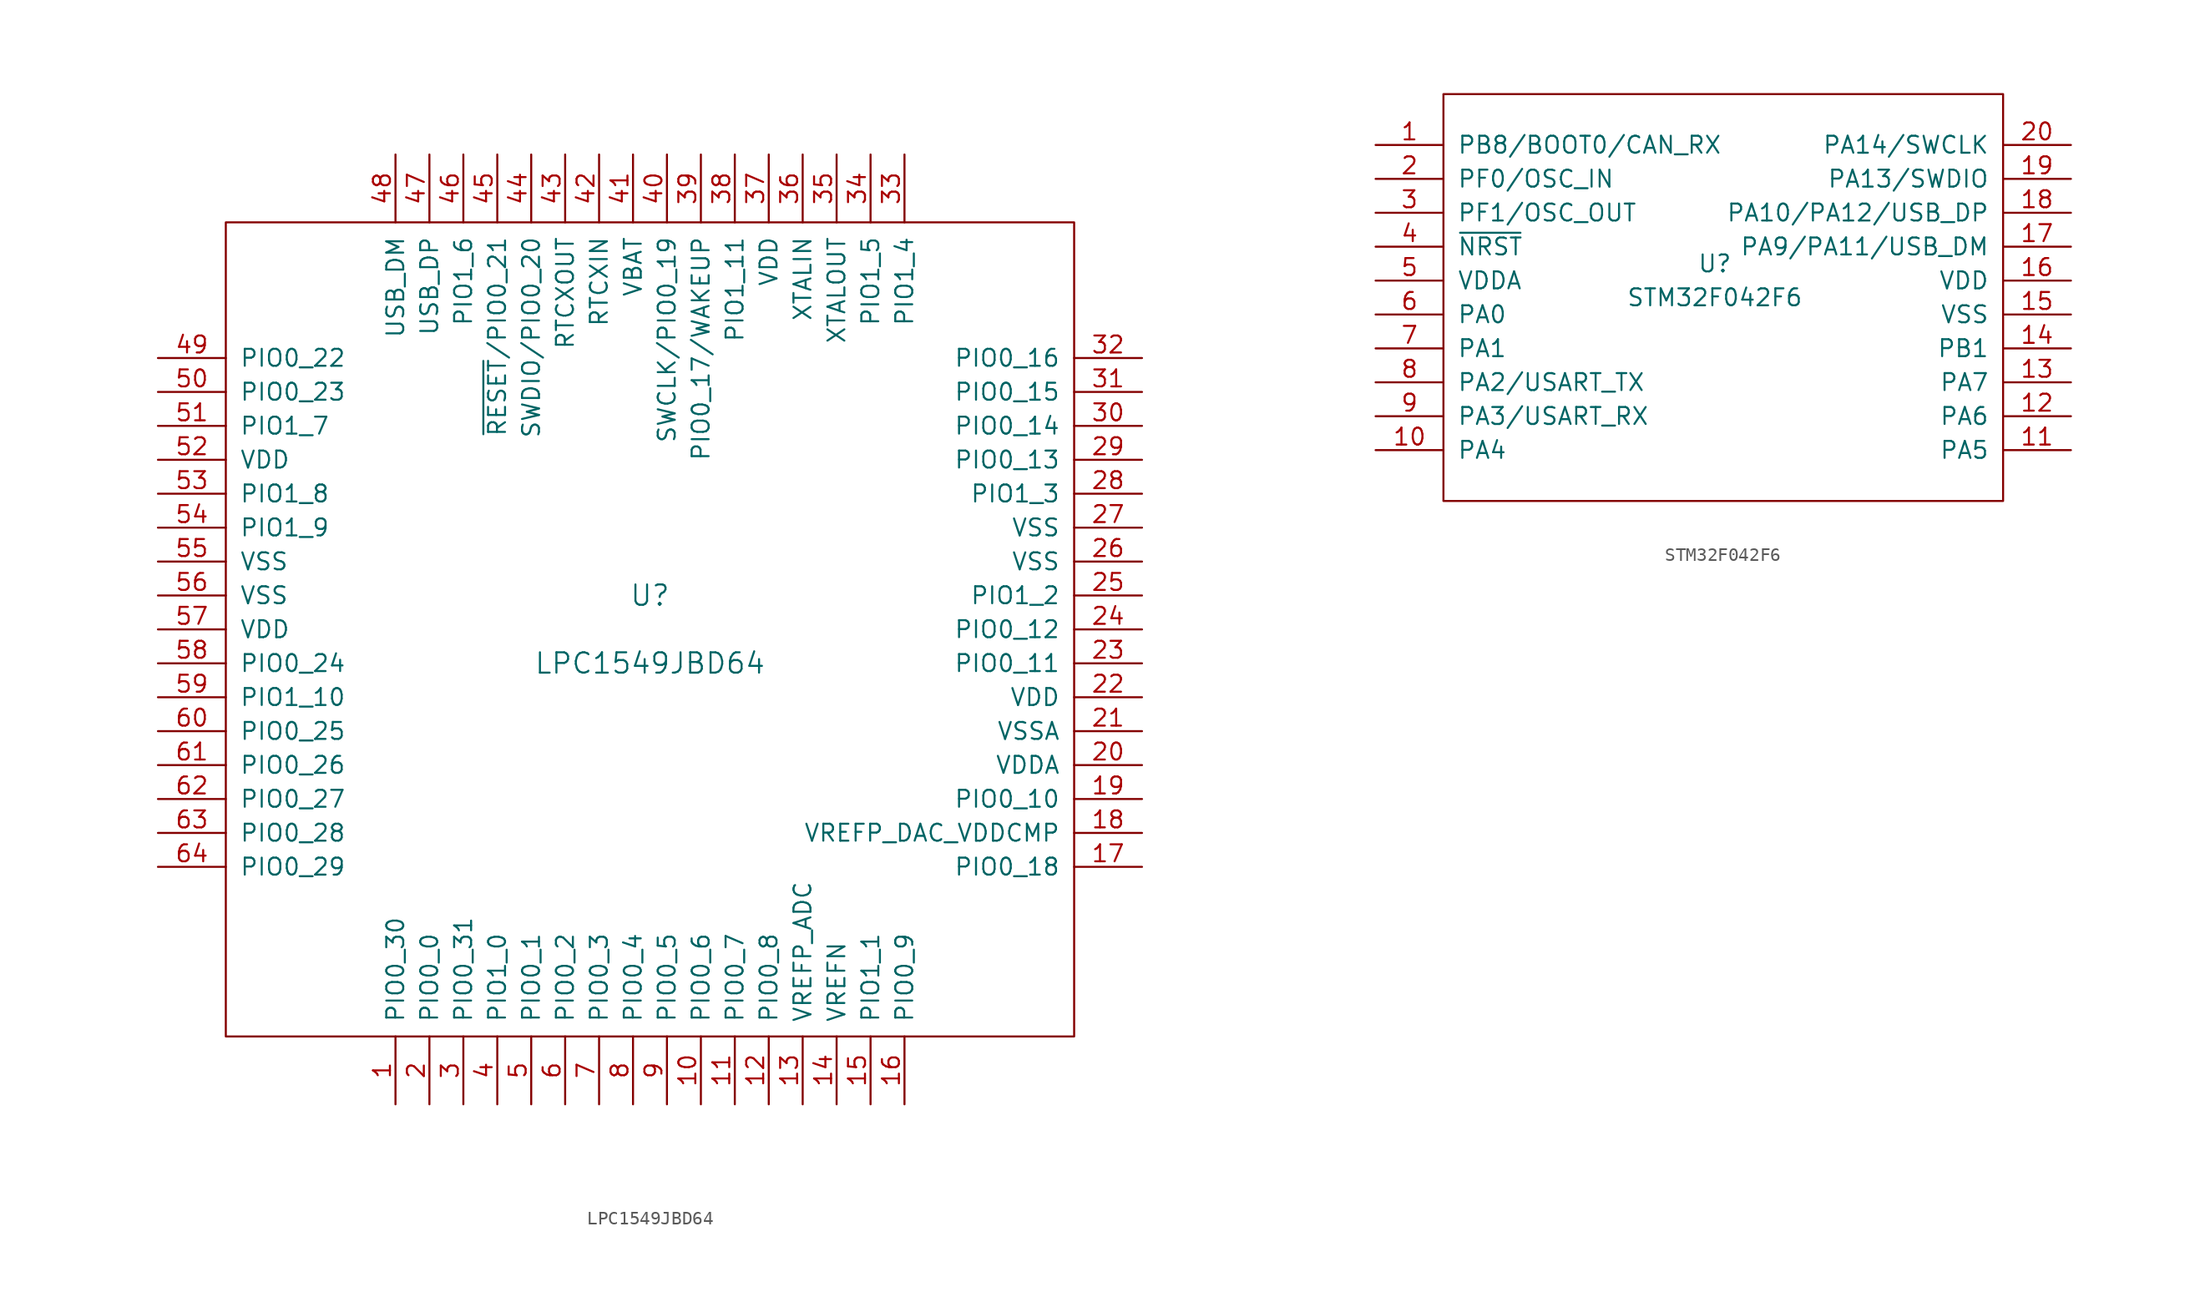
<source format=kicad_sym>
(kicad_symbol_lib
  (version 20211014)
  (generator kicad_symbol_editor)
  (symbol "LPC1549JBD64"
    (pin_names
      (offset 1.016))
    (property "Reference" "U"
      (at 0 0 0)
      (effects (font (size 1.524 1.524))))
    (property "Value" "LPC1549JBD64"
      (at 0 -5.08 0)
      (effects (font (size 1.524 1.524))))
    (symbol "LPC1549JBD64_0_1"
      (rectangle (start -31.75 -33.02) (end 31.75 27.94) (stroke (width 0) (type default) (color 0 0 0 0)) (fill (type none))))
    (symbol "LPC1549JBD64_1_1"
      (pin bidirectional line (at -19.05 -38.1 90) (length 5.08) (name "PIO0_30" (effects (font (size 1.27 1.27)))) (number "1" (effects (font (size 1.27 1.27)))))
      (pin bidirectional line (at 3.81 -38.1 90) (length 5.08) (name "PIO0_6" (effects (font (size 1.27 1.27)))) (number "10" (effects (font (size 1.27 1.27)))))
      (pin bidirectional line (at 6.35 -38.1 90) (length 5.08) (name "PIO0_7" (effects (font (size 1.27 1.27)))) (number "11" (effects (font (size 1.27 1.27)))))
      (pin bidirectional line (at 8.89 -38.1 90) (length 5.08) (name "PIO0_8" (effects (font (size 1.27 1.27)))) (number "12" (effects (font (size 1.27 1.27)))))
      (pin input line (at 11.43 -38.1 90) (length 5.08) (name "VREFP_ADC" (effects (font (size 1.27 1.27)))) (number "13" (effects (font (size 1.27 1.27)))))
      (pin input line (at 13.97 -38.1 90) (length 5.08) (name "VREFN" (effects (font (size 1.27 1.27)))) (number "14" (effects (font (size 1.27 1.27)))))
      (pin bidirectional line (at 16.51 -38.1 90) (length 5.08) (name "PIO1_1" (effects (font (size 1.27 1.27)))) (number "15" (effects (font (size 1.27 1.27)))))
      (pin bidirectional line (at 19.05 -38.1 90) (length 5.08) (name "PIO0_9" (effects (font (size 1.27 1.27)))) (number "16" (effects (font (size 1.27 1.27)))))
      (pin bidirectional line (at 36.83 -20.32 180) (length 5.08) (name "PIO0_18" (effects (font (size 1.27 1.27)))) (number "17" (effects (font (size 1.27 1.27)))))
      (pin input line (at 36.83 -17.78 180) (length 5.08) (name "VREFP_DAC_VDDCMP" (effects (font (size 1.27 1.27)))) (number "18" (effects (font (size 1.27 1.27)))))
      (pin bidirectional line (at 36.83 -15.24 180) (length 5.08) (name "PIO0_10" (effects (font (size 1.27 1.27)))) (number "19" (effects (font (size 1.27 1.27)))))
      (pin bidirectional line (at -16.51 -38.1 90) (length 5.08) (name "PIO0_0" (effects (font (size 1.27 1.27)))) (number "2" (effects (font (size 1.27 1.27)))))
      (pin power_in line (at 36.83 -12.7 180) (length 5.08) (name "VDDA" (effects (font (size 1.27 1.27)))) (number "20" (effects (font (size 1.27 1.27)))))
      (pin power_in line (at 36.83 -10.16 180) (length 5.08) (name "VSSA" (effects (font (size 1.27 1.27)))) (number "21" (effects (font (size 1.27 1.27)))))
      (pin power_in line (at 36.83 -7.62 180) (length 5.08) (name "VDD" (effects (font (size 1.27 1.27)))) (number "22" (effects (font (size 1.27 1.27)))))
      (pin bidirectional line (at 36.83 -5.08 180) (length 5.08) (name "PIO0_11" (effects (font (size 1.27 1.27)))) (number "23" (effects (font (size 1.27 1.27)))))
      (pin bidirectional line (at 36.83 -2.54 180) (length 5.08) (name "PIO0_12" (effects (font (size 1.27 1.27)))) (number "24" (effects (font (size 1.27 1.27)))))
      (pin bidirectional line (at 36.83 0 180) (length 5.08) (name "PIO1_2" (effects (font (size 1.27 1.27)))) (number "25" (effects (font (size 1.27 1.27)))))
      (pin power_in line (at 36.83 2.54 180) (length 5.08) (name "VSS" (effects (font (size 1.27 1.27)))) (number "26" (effects (font (size 1.27 1.27)))))
      (pin power_in line (at 36.83 5.08 180) (length 5.08) (name "VSS" (effects (font (size 1.27 1.27)))) (number "27" (effects (font (size 1.27 1.27)))))
      (pin bidirectional line (at 36.83 7.62 180) (length 5.08) (name "PIO1_3" (effects (font (size 1.27 1.27)))) (number "28" (effects (font (size 1.27 1.27)))))
      (pin bidirectional line (at 36.83 10.16 180) (length 5.08) (name "PIO0_13" (effects (font (size 1.27 1.27)))) (number "29" (effects (font (size 1.27 1.27)))))
      (pin bidirectional line (at -13.97 -38.1 90) (length 5.08) (name "PIO0_31" (effects (font (size 1.27 1.27)))) (number "3" (effects (font (size 1.27 1.27)))))
      (pin bidirectional line (at 36.83 12.7 180) (length 5.08) (name "PIO0_14" (effects (font (size 1.27 1.27)))) (number "30" (effects (font (size 1.27 1.27)))))
      (pin bidirectional line (at 36.83 15.24 180) (length 5.08) (name "PIO0_15" (effects (font (size 1.27 1.27)))) (number "31" (effects (font (size 1.27 1.27)))))
      (pin bidirectional line (at 36.83 17.78 180) (length 5.08) (name "PIO0_16" (effects (font (size 1.27 1.27)))) (number "32" (effects (font (size 1.27 1.27)))))
      (pin bidirectional line (at 19.05 33.02 270) (length 5.08) (name "PIO1_4" (effects (font (size 1.27 1.27)))) (number "33" (effects (font (size 1.27 1.27)))))
      (pin bidirectional line (at 16.51 33.02 270) (length 5.08) (name "PIO1_5" (effects (font (size 1.27 1.27)))) (number "34" (effects (font (size 1.27 1.27)))))
      (pin bidirectional line (at 13.97 33.02 270) (length 5.08) (name "XTALOUT" (effects (font (size 1.27 1.27)))) (number "35" (effects (font (size 1.27 1.27)))))
      (pin bidirectional line (at 11.43 33.02 270) (length 5.08) (name "XTALIN" (effects (font (size 1.27 1.27)))) (number "36" (effects (font (size 1.27 1.27)))))
      (pin power_in line (at 8.89 33.02 270) (length 5.08) (name "VDD" (effects (font (size 1.27 1.27)))) (number "37" (effects (font (size 1.27 1.27)))))
      (pin bidirectional line (at 6.35 33.02 270) (length 5.08) (name "PIO1_11" (effects (font (size 1.27 1.27)))) (number "38" (effects (font (size 1.27 1.27)))))
      (pin bidirectional line (at 3.81 33.02 270) (length 5.08) (name "PIO0_17/WAKEUP" (effects (font (size 1.27 1.27)))) (number "39" (effects (font (size 1.27 1.27)))))
      (pin bidirectional line (at -11.43 -38.1 90) (length 5.08) (name "PIO1_0" (effects (font (size 1.27 1.27)))) (number "4" (effects (font (size 1.27 1.27)))))
      (pin bidirectional line (at 1.27 33.02 270) (length 5.08) (name "SWCLK/PIO0_19" (effects (font (size 1.27 1.27)))) (number "40" (effects (font (size 1.27 1.27)))))
      (pin power_in line (at -1.27 33.02 270) (length 5.08) (name "VBAT" (effects (font (size 1.27 1.27)))) (number "41" (effects (font (size 1.27 1.27)))))
      (pin bidirectional line (at -3.81 33.02 270) (length 5.08) (name "RTCXIN" (effects (font (size 1.27 1.27)))) (number "42" (effects (font (size 1.27 1.27)))))
      (pin bidirectional line (at -6.35 33.02 270) (length 5.08) (name "RTCXOUT" (effects (font (size 1.27 1.27)))) (number "43" (effects (font (size 1.27 1.27)))))
      (pin bidirectional line (at -8.89 33.02 270) (length 5.08) (name "SWDIO/PIO0_20" (effects (font (size 1.27 1.27)))) (number "44" (effects (font (size 1.27 1.27)))))
      (pin bidirectional line (at -11.43 33.02 270) (length 5.08) (name "~{RESET}/PIO0_21" (effects (font (size 1.27 1.27)))) (number "45" (effects (font (size 1.27 1.27)))))
      (pin bidirectional line (at -13.97 33.02 270) (length 5.08) (name "PIO1_6" (effects (font (size 1.27 1.27)))) (number "46" (effects (font (size 1.27 1.27)))))
      (pin bidirectional line (at -16.51 33.02 270) (length 5.08) (name "USB_DP" (effects (font (size 1.27 1.27)))) (number "47" (effects (font (size 1.27 1.27)))))
      (pin bidirectional line (at -19.05 33.02 270) (length 5.08) (name "USB_DM" (effects (font (size 1.27 1.27)))) (number "48" (effects (font (size 1.27 1.27)))))
      (pin bidirectional line (at -36.83 17.78 0) (length 5.08) (name "PIO0_22" (effects (font (size 1.27 1.27)))) (number "49" (effects (font (size 1.27 1.27)))))
      (pin bidirectional line (at -8.89 -38.1 90) (length 5.08) (name "PIO0_1" (effects (font (size 1.27 1.27)))) (number "5" (effects (font (size 1.27 1.27)))))
      (pin bidirectional line (at -36.83 15.24 0) (length 5.08) (name "PIO0_23" (effects (font (size 1.27 1.27)))) (number "50" (effects (font (size 1.27 1.27)))))
      (pin bidirectional line (at -36.83 12.7 0) (length 5.08) (name "PIO1_7" (effects (font (size 1.27 1.27)))) (number "51" (effects (font (size 1.27 1.27)))))
      (pin power_in line (at -36.83 10.16 0) (length 5.08) (name "VDD" (effects (font (size 1.27 1.27)))) (number "52" (effects (font (size 1.27 1.27)))))
      (pin bidirectional line (at -36.83 7.62 0) (length 5.08) (name "PIO1_8" (effects (font (size 1.27 1.27)))) (number "53" (effects (font (size 1.27 1.27)))))
      (pin bidirectional line (at -36.83 5.08 0) (length 5.08) (name "PIO1_9" (effects (font (size 1.27 1.27)))) (number "54" (effects (font (size 1.27 1.27)))))
      (pin power_in line (at -36.83 2.54 0) (length 5.08) (name "VSS" (effects (font (size 1.27 1.27)))) (number "55" (effects (font (size 1.27 1.27)))))
      (pin power_in line (at -36.83 0 0) (length 5.08) (name "VSS" (effects (font (size 1.27 1.27)))) (number "56" (effects (font (size 1.27 1.27)))))
      (pin power_in line (at -36.83 -2.54 0) (length 5.08) (name "VDD" (effects (font (size 1.27 1.27)))) (number "57" (effects (font (size 1.27 1.27)))))
      (pin bidirectional line (at -36.83 -5.08 0) (length 5.08) (name "PIO0_24" (effects (font (size 1.27 1.27)))) (number "58" (effects (font (size 1.27 1.27)))))
      (pin bidirectional line (at -36.83 -7.62 0) (length 5.08) (name "PIO1_10" (effects (font (size 1.27 1.27)))) (number "59" (effects (font (size 1.27 1.27)))))
      (pin bidirectional line (at -6.35 -38.1 90) (length 5.08) (name "PIO0_2" (effects (font (size 1.27 1.27)))) (number "6" (effects (font (size 1.27 1.27)))))
      (pin bidirectional line (at -36.83 -10.16 0) (length 5.08) (name "PIO0_25" (effects (font (size 1.27 1.27)))) (number "60" (effects (font (size 1.27 1.27)))))
      (pin bidirectional line (at -36.83 -12.7 0) (length 5.08) (name "PIO0_26" (effects (font (size 1.27 1.27)))) (number "61" (effects (font (size 1.27 1.27)))))
      (pin bidirectional line (at -36.83 -15.24 0) (length 5.08) (name "PIO0_27" (effects (font (size 1.27 1.27)))) (number "62" (effects (font (size 1.27 1.27)))))
      (pin bidirectional line (at -36.83 -17.78 0) (length 5.08) (name "PIO0_28" (effects (font (size 1.27 1.27)))) (number "63" (effects (font (size 1.27 1.27)))))
      (pin bidirectional line (at -36.83 -20.32 0) (length 5.08) (name "PIO0_29" (effects (font (size 1.27 1.27)))) (number "64" (effects (font (size 1.27 1.27)))))
      (pin bidirectional line (at -3.81 -38.1 90) (length 5.08) (name "PIO0_3" (effects (font (size 1.27 1.27)))) (number "7" (effects (font (size 1.27 1.27)))))
      (pin bidirectional line (at -1.27 -38.1 90) (length 5.08) (name "PIO0_4" (effects (font (size 1.27 1.27)))) (number "8" (effects (font (size 1.27 1.27)))))
      (pin bidirectional line (at 1.27 -38.1 90) (length 5.08) (name "PIO0_5" (effects (font (size 1.27 1.27)))) (number "9" (effects (font (size 1.27 1.27)))))))
  (symbol "STM32F042F6"
    (pin_names
      (offset 1.016))
    (property "Reference" "U"
      (at 0 1.27 0)
      (effects (font (size 1.27 1.27))))
    (property "Value" "STM32F042F6"
      (at 0 -1.27 0)
      (effects (font (size 1.27 1.27))))
    (symbol "STM32F042F6_1_1"
      (rectangle (start -20.32 -16.51) (end 21.59 13.97) (stroke (width 0) (type default) (color 0 0 0 0)) (fill (type none)))
      (pin bidirectional line (at -25.4 10.16 0) (length 5.08) (name "PB8/BOOT0/CAN_RX" (effects (font (size 1.27 1.27)))) (number "1" (effects (font (size 1.27 1.27)))))
      (pin bidirectional line (at -25.4 -12.7 0) (length 5.08) (name "PA4" (effects (font (size 1.27 1.27)))) (number "10" (effects (font (size 1.27 1.27)))))
      (pin bidirectional line (at 26.67 -12.7 180) (length 5.08) (name "PA5" (effects (font (size 1.27 1.27)))) (number "11" (effects (font (size 1.27 1.27)))))
      (pin bidirectional line (at 26.67 -10.16 180) (length 5.08) (name "PA6" (effects (font (size 1.27 1.27)))) (number "12" (effects (font (size 1.27 1.27)))))
      (pin bidirectional line (at 26.67 -7.62 180) (length 5.08) (name "PA7" (effects (font (size 1.27 1.27)))) (number "13" (effects (font (size 1.27 1.27)))))
      (pin bidirectional line (at 26.67 -5.08 180) (length 5.08) (name "PB1" (effects (font (size 1.27 1.27)))) (number "14" (effects (font (size 1.27 1.27)))))
      (pin power_in line (at 26.67 -2.54 180) (length 5.08) (name "VSS" (effects (font (size 1.27 1.27)))) (number "15" (effects (font (size 1.27 1.27)))))
      (pin power_in line (at 26.67 0 180) (length 5.08) (name "VDD" (effects (font (size 1.27 1.27)))) (number "16" (effects (font (size 1.27 1.27)))))
      (pin bidirectional line (at 26.67 2.54 180) (length 5.08) (name "PA9/PA11/USB_DM" (effects (font (size 1.27 1.27)))) (number "17" (effects (font (size 1.27 1.27)))))
      (pin bidirectional line (at 26.67 5.08 180) (length 5.08) (name "PA10/PA12/USB_DP" (effects (font (size 1.27 1.27)))) (number "18" (effects (font (size 1.27 1.27)))))
      (pin bidirectional line (at 26.67 7.62 180) (length 5.08) (name "PA13/SWDIO" (effects (font (size 1.27 1.27)))) (number "19" (effects (font (size 1.27 1.27)))))
      (pin bidirectional line (at -25.4 7.62 0) (length 5.08) (name "PF0/OSC_IN" (effects (font (size 1.27 1.27)))) (number "2" (effects (font (size 1.27 1.27)))))
      (pin bidirectional line (at 26.67 10.16 180) (length 5.08) (name "PA14/SWCLK" (effects (font (size 1.27 1.27)))) (number "20" (effects (font (size 1.27 1.27)))))
      (pin bidirectional line (at -25.4 5.08 0) (length 5.08) (name "PF1/OSC_OUT" (effects (font (size 1.27 1.27)))) (number "3" (effects (font (size 1.27 1.27)))))
      (pin bidirectional line (at -25.4 2.54 0) (length 5.08) (name "~{NRST}" (effects (font (size 1.27 1.27)))) (number "4" (effects (font (size 1.27 1.27)))))
      (pin power_in line (at -25.4 0 0) (length 5.08) (name "VDDA" (effects (font (size 1.27 1.27)))) (number "5" (effects (font (size 1.27 1.27)))))
      (pin bidirectional line (at -25.4 -2.54 0) (length 5.08) (name "PA0" (effects (font (size 1.27 1.27)))) (number "6" (effects (font (size 1.27 1.27)))))
      (pin bidirectional line (at -25.4 -5.08 0) (length 5.08) (name "PA1" (effects (font (size 1.27 1.27)))) (number "7" (effects (font (size 1.27 1.27)))))
      (pin bidirectional line (at -25.4 -7.62 0) (length 5.08) (name "PA2/USART_TX" (effects (font (size 1.27 1.27)))) (number "8" (effects (font (size 1.27 1.27)))))
      (pin bidirectional line (at -25.4 -10.16 0) (length 5.08) (name "PA3/USART_RX" (effects (font (size 1.27 1.27)))) (number "9" (effects (font (size 1.27 1.27))))))))
</source>
